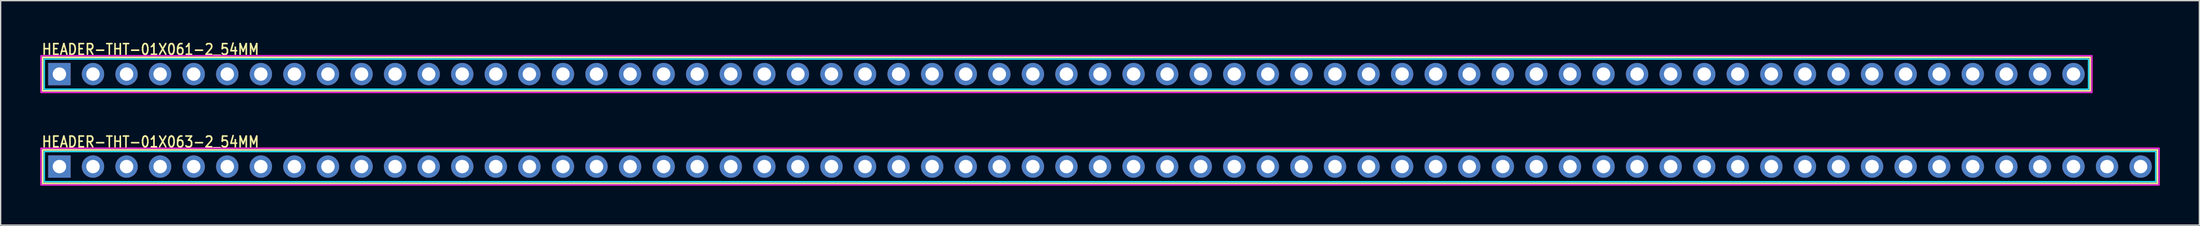
<source format=kicad_pcb>
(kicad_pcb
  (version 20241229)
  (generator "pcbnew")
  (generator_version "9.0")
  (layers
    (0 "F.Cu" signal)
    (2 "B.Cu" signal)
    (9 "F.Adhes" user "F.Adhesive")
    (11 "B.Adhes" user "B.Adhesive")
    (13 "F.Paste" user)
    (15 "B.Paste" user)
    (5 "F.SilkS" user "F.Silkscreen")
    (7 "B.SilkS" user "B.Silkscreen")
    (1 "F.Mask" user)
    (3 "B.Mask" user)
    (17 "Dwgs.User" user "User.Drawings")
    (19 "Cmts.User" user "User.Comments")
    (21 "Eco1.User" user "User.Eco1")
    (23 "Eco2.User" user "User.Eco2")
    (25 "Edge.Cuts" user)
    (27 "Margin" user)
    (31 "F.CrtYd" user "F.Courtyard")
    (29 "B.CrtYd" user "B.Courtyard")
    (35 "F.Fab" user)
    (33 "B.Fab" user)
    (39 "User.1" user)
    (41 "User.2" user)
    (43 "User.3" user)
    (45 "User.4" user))
  (footprint "HEADER-THT-01X061-2_54MM"
    (layer "F.Cu")
    (at 1.447 2.579)
    (property "Reference" "HEADER-THT-01X061-2_54MM" (at -1.4 -1.4 0) (unlocked yes) (layer "F.SilkS") (effects (font (size 0.813 0.695) (thickness 0.122)) (justify left bottom)))
    (fp_line (start -1.27 -1.27) (end -1.27 1.27) (stroke (width 0.127) (type solid)) (layer "F.SilkS"))
    (fp_line (start -1.27 1.27) (end 153.67 1.27) (stroke (width 0.127) (type solid)) (layer "F.SilkS"))
    (fp_line (start 153.67 -1.27) (end -1.27 -1.27) (stroke (width 0.127) (type solid)) (layer "F.SilkS"))
    (fp_line (start 153.67 1.27) (end 153.67 -1.27) (stroke (width 0.127) (type solid)) (layer "F.SilkS"))
    (fp_poly (pts (xy -1.143 -1.143) (xy 153.543 -1.143) (xy 153.543 1.143) (xy -1.143 1.143)) (stroke (width 0.1) (type solid)) (fill no) (layer "B.CrtYd"))
    (fp_poly (pts (xy -1.397 -1.397) (xy 153.797 -1.397) (xy 153.797 1.397) (xy -1.397 1.397)) (stroke (width 0.1) (type solid)) (fill no) (layer "F.CrtYd"))
    (pad "P$1" thru_hole rect (at 0 0) (size 1.693 1.693) (drill 1.016) (layers "*.Cu" "*.Mask"))
    (pad "P$2" thru_hole oval (at 2.54 0) (size 1.693 1.693) (drill 1.016) (layers "*.Cu" "*.Mask"))
    (pad "P$3" thru_hole oval (at 5.08 0) (size 1.693 1.693) (drill 1.016) (layers "*.Cu" "*.Mask"))
    (pad "P$4" thru_hole oval (at 7.62 0) (size 1.693 1.693) (drill 1.016) (layers "*.Cu" "*.Mask"))
    (pad "P$5" thru_hole oval (at 10.16 0) (size 1.693 1.693) (drill 1.016) (layers "*.Cu" "*.Mask"))
    (pad "P$6" thru_hole oval (at 12.7 0) (size 1.693 1.693) (drill 1.016) (layers "*.Cu" "*.Mask"))
    (pad "P$7" thru_hole oval (at 15.24 0) (size 1.693 1.693) (drill 1.016) (layers "*.Cu" "*.Mask"))
    (pad "P$8" thru_hole oval (at 17.78 0) (size 1.693 1.693) (drill 1.016) (layers "*.Cu" "*.Mask"))
    (pad "P$9" thru_hole oval (at 20.32 0) (size 1.693 1.693) (drill 1.016) (layers "*.Cu" "*.Mask"))
    (pad "P$10" thru_hole oval (at 22.86 0) (size 1.693 1.693) (drill 1.016) (layers "*.Cu" "*.Mask"))
    (pad "P$11" thru_hole oval (at 25.4 0) (size 1.693 1.693) (drill 1.016) (layers "*.Cu" "*.Mask"))
    (pad "P$12" thru_hole oval (at 27.94 0) (size 1.693 1.693) (drill 1.016) (layers "*.Cu" "*.Mask"))
    (pad "P$13" thru_hole oval (at 30.48 0) (size 1.693 1.693) (drill 1.016) (layers "*.Cu" "*.Mask"))
    (pad "P$14" thru_hole oval (at 33.02 0) (size 1.693 1.693) (drill 1.016) (layers "*.Cu" "*.Mask"))
    (pad "P$15" thru_hole oval (at 35.56 0) (size 1.693 1.693) (drill 1.016) (layers "*.Cu" "*.Mask"))
    (pad "P$16" thru_hole oval (at 38.1 0) (size 1.693 1.693) (drill 1.016) (layers "*.Cu" "*.Mask"))
    (pad "P$17" thru_hole oval (at 40.64 0) (size 1.693 1.693) (drill 1.016) (layers "*.Cu" "*.Mask"))
    (pad "P$18" thru_hole oval (at 43.18 0) (size 1.693 1.693) (drill 1.016) (layers "*.Cu" "*.Mask"))
    (pad "P$19" thru_hole oval (at 45.72 0) (size 1.693 1.693) (drill 1.016) (layers "*.Cu" "*.Mask"))
    (pad "P$20" thru_hole oval (at 48.26 0) (size 1.693 1.693) (drill 1.016) (layers "*.Cu" "*.Mask"))
    (pad "P$21" thru_hole oval (at 50.8 0) (size 1.693 1.693) (drill 1.016) (layers "*.Cu" "*.Mask"))
    (pad "P$22" thru_hole oval (at 53.34 0) (size 1.693 1.693) (drill 1.016) (layers "*.Cu" "*.Mask"))
    (pad "P$23" thru_hole oval (at 55.88 0) (size 1.693 1.693) (drill 1.016) (layers "*.Cu" "*.Mask"))
    (pad "P$24" thru_hole oval (at 58.42 0) (size 1.693 1.693) (drill 1.016) (layers "*.Cu" "*.Mask"))
    (pad "P$25" thru_hole oval (at 60.96 0) (size 1.693 1.693) (drill 1.016) (layers "*.Cu" "*.Mask"))
    (pad "P$26" thru_hole oval (at 63.5 0) (size 1.693 1.693) (drill 1.016) (layers "*.Cu" "*.Mask"))
    (pad "P$27" thru_hole oval (at 66.04 0) (size 1.693 1.693) (drill 1.016) (layers "*.Cu" "*.Mask"))
    (pad "P$28" thru_hole oval (at 68.58 0) (size 1.693 1.693) (drill 1.016) (layers "*.Cu" "*.Mask"))
    (pad "P$29" thru_hole oval (at 71.12 0) (size 1.693 1.693) (drill 1.016) (layers "*.Cu" "*.Mask"))
    (pad "P$30" thru_hole oval (at 73.66 0) (size 1.693 1.693) (drill 1.016) (layers "*.Cu" "*.Mask"))
    (pad "P$31" thru_hole oval (at 76.2 0) (size 1.693 1.693) (drill 1.016) (layers "*.Cu" "*.Mask"))
    (pad "P$32" thru_hole oval (at 78.74 0) (size 1.693 1.693) (drill 1.016) (layers "*.Cu" "*.Mask"))
    (pad "P$33" thru_hole oval (at 81.28 0) (size 1.693 1.693) (drill 1.016) (layers "*.Cu" "*.Mask"))
    (pad "P$34" thru_hole oval (at 83.82 0) (size 1.693 1.693) (drill 1.016) (layers "*.Cu" "*.Mask"))
    (pad "P$35" thru_hole oval (at 86.36 0) (size 1.693 1.693) (drill 1.016) (layers "*.Cu" "*.Mask"))
    (pad "P$36" thru_hole oval (at 88.9 0) (size 1.693 1.693) (drill 1.016) (layers "*.Cu" "*.Mask"))
    (pad "P$37" thru_hole oval (at 91.44 0) (size 1.693 1.693) (drill 1.016) (layers "*.Cu" "*.Mask"))
    (pad "P$38" thru_hole oval (at 93.98 0) (size 1.693 1.693) (drill 1.016) (layers "*.Cu" "*.Mask"))
    (pad "P$39" thru_hole oval (at 96.52 0) (size 1.693 1.693) (drill 1.016) (layers "*.Cu" "*.Mask"))
    (pad "P$40" thru_hole oval (at 99.06 0) (size 1.693 1.693) (drill 1.016) (layers "*.Cu" "*.Mask"))
    (pad "P$41" thru_hole oval (at 101.6 0) (size 1.693 1.693) (drill 1.016) (layers "*.Cu" "*.Mask"))
    (pad "P$42" thru_hole oval (at 104.14 0) (size 1.693 1.693) (drill 1.016) (layers "*.Cu" "*.Mask"))
    (pad "P$43" thru_hole oval (at 106.68 0) (size 1.693 1.693) (drill 1.016) (layers "*.Cu" "*.Mask"))
    (pad "P$44" thru_hole oval (at 109.22 0) (size 1.693 1.693) (drill 1.016) (layers "*.Cu" "*.Mask"))
    (pad "P$45" thru_hole oval (at 111.76 0) (size 1.693 1.693) (drill 1.016) (layers "*.Cu" "*.Mask"))
    (pad "P$46" thru_hole oval (at 114.3 0) (size 1.693 1.693) (drill 1.016) (layers "*.Cu" "*.Mask"))
    (pad "P$47" thru_hole oval (at 116.84 0) (size 1.693 1.693) (drill 1.016) (layers "*.Cu" "*.Mask"))
    (pad "P$48" thru_hole oval (at 119.38 0) (size 1.693 1.693) (drill 1.016) (layers "*.Cu" "*.Mask"))
    (pad "P$49" thru_hole oval (at 121.92 0) (size 1.693 1.693) (drill 1.016) (layers "*.Cu" "*.Mask"))
    (pad "P$50" thru_hole oval (at 124.46 0) (size 1.693 1.693) (drill 1.016) (layers "*.Cu" "*.Mask"))
    (pad "P$51" thru_hole oval (at 127 0) (size 1.693 1.693) (drill 1.016) (layers "*.Cu" "*.Mask"))
    (pad "P$52" thru_hole oval (at 129.54 0) (size 1.693 1.693) (drill 1.016) (layers "*.Cu" "*.Mask"))
    (pad "P$53" thru_hole oval (at 132.08 0) (size 1.693 1.693) (drill 1.016) (layers "*.Cu" "*.Mask"))
    (pad "P$54" thru_hole oval (at 134.62 0) (size 1.693 1.693) (drill 1.016) (layers "*.Cu" "*.Mask"))
    (pad "P$55" thru_hole oval (at 137.16 0) (size 1.693 1.693) (drill 1.016) (layers "*.Cu" "*.Mask"))
    (pad "P$56" thru_hole oval (at 139.7 0) (size 1.693 1.693) (drill 1.016) (layers "*.Cu" "*.Mask"))
    (pad "P$57" thru_hole oval (at 142.24 0) (size 1.693 1.693) (drill 1.016) (layers "*.Cu" "*.Mask"))
    (pad "P$58" thru_hole oval (at 144.78 0) (size 1.693 1.693) (drill 1.016) (layers "*.Cu" "*.Mask"))
    (pad "P$59" thru_hole oval (at 147.32 0) (size 1.693 1.693) (drill 1.016) (layers "*.Cu" "*.Mask"))
    (pad "P$60" thru_hole oval (at 149.86 0) (size 1.693 1.693) (drill 1.016) (layers "*.Cu" "*.Mask"))
    (pad "P$61" thru_hole oval (at 152.4 0) (size 1.693 1.693) (drill 1.016) (layers "*.Cu" "*.Mask")))
  (footprint "HEADER-THT-01X063-2_54MM"
    (layer "F.Cu")
    (at 1.447 9.604)
    (property "Reference" "HEADER-THT-01X063-2_54MM" (at -1.4 -1.4 0) (unlocked yes) (layer "F.SilkS") (effects (font (size 0.813 0.695) (thickness 0.122)) (justify left bottom)))
    (fp_line (start -1.27 -1.27) (end -1.27 1.27) (stroke (width 0.127) (type solid)) (layer "F.SilkS"))
    (fp_line (start -1.27 1.27) (end 158.75 1.27) (stroke (width 0.127) (type solid)) (layer "F.SilkS"))
    (fp_line (start 158.75 -1.27) (end -1.27 -1.27) (stroke (width 0.127) (type solid)) (layer "F.SilkS"))
    (fp_line (start 158.75 1.27) (end 158.75 -1.27) (stroke (width 0.127) (type solid)) (layer "F.SilkS"))
    (fp_poly (pts (xy -1.143 -1.143) (xy 158.623 -1.143) (xy 158.623 1.143) (xy -1.143 1.143)) (stroke (width 0.1) (type solid)) (fill no) (layer "B.CrtYd"))
    (fp_poly (pts (xy -1.397 -1.397) (xy 158.877 -1.397) (xy 158.877 1.397) (xy -1.397 1.397)) (stroke (width 0.1) (type solid)) (fill no) (layer "F.CrtYd"))
    (pad "P$1" thru_hole rect (at 0 0) (size 1.693 1.693) (drill 1.016) (layers "*.Cu" "*.Mask"))
    (pad "P$2" thru_hole oval (at 2.54 0) (size 1.693 1.693) (drill 1.016) (layers "*.Cu" "*.Mask"))
    (pad "P$3" thru_hole oval (at 5.08 0) (size 1.693 1.693) (drill 1.016) (layers "*.Cu" "*.Mask"))
    (pad "P$4" thru_hole oval (at 7.62 0) (size 1.693 1.693) (drill 1.016) (layers "*.Cu" "*.Mask"))
    (pad "P$5" thru_hole oval (at 10.16 0) (size 1.693 1.693) (drill 1.016) (layers "*.Cu" "*.Mask"))
    (pad "P$6" thru_hole oval (at 12.7 0) (size 1.693 1.693) (drill 1.016) (layers "*.Cu" "*.Mask"))
    (pad "P$7" thru_hole oval (at 15.24 0) (size 1.693 1.693) (drill 1.016) (layers "*.Cu" "*.Mask"))
    (pad "P$8" thru_hole oval (at 17.78 0) (size 1.693 1.693) (drill 1.016) (layers "*.Cu" "*.Mask"))
    (pad "P$9" thru_hole oval (at 20.32 0) (size 1.693 1.693) (drill 1.016) (layers "*.Cu" "*.Mask"))
    (pad "P$10" thru_hole oval (at 22.86 0) (size 1.693 1.693) (drill 1.016) (layers "*.Cu" "*.Mask"))
    (pad "P$11" thru_hole oval (at 25.4 0) (size 1.693 1.693) (drill 1.016) (layers "*.Cu" "*.Mask"))
    (pad "P$12" thru_hole oval (at 27.94 0) (size 1.693 1.693) (drill 1.016) (layers "*.Cu" "*.Mask"))
    (pad "P$13" thru_hole oval (at 30.48 0) (size 1.693 1.693) (drill 1.016) (layers "*.Cu" "*.Mask"))
    (pad "P$14" thru_hole oval (at 33.02 0) (size 1.693 1.693) (drill 1.016) (layers "*.Cu" "*.Mask"))
    (pad "P$15" thru_hole oval (at 35.56 0) (size 1.693 1.693) (drill 1.016) (layers "*.Cu" "*.Mask"))
    (pad "P$16" thru_hole oval (at 38.1 0) (size 1.693 1.693) (drill 1.016) (layers "*.Cu" "*.Mask"))
    (pad "P$17" thru_hole oval (at 40.64 0) (size 1.693 1.693) (drill 1.016) (layers "*.Cu" "*.Mask"))
    (pad "P$18" thru_hole oval (at 43.18 0) (size 1.693 1.693) (drill 1.016) (layers "*.Cu" "*.Mask"))
    (pad "P$19" thru_hole oval (at 45.72 0) (size 1.693 1.693) (drill 1.016) (layers "*.Cu" "*.Mask"))
    (pad "P$20" thru_hole oval (at 48.26 0) (size 1.693 1.693) (drill 1.016) (layers "*.Cu" "*.Mask"))
    (pad "P$21" thru_hole oval (at 50.8 0) (size 1.693 1.693) (drill 1.016) (layers "*.Cu" "*.Mask"))
    (pad "P$22" thru_hole oval (at 53.34 0) (size 1.693 1.693) (drill 1.016) (layers "*.Cu" "*.Mask"))
    (pad "P$23" thru_hole oval (at 55.88 0) (size 1.693 1.693) (drill 1.016) (layers "*.Cu" "*.Mask"))
    (pad "P$24" thru_hole oval (at 58.42 0) (size 1.693 1.693) (drill 1.016) (layers "*.Cu" "*.Mask"))
    (pad "P$25" thru_hole oval (at 60.96 0) (size 1.693 1.693) (drill 1.016) (layers "*.Cu" "*.Mask"))
    (pad "P$26" thru_hole oval (at 63.5 0) (size 1.693 1.693) (drill 1.016) (layers "*.Cu" "*.Mask"))
    (pad "P$27" thru_hole oval (at 66.04 0) (size 1.693 1.693) (drill 1.016) (layers "*.Cu" "*.Mask"))
    (pad "P$28" thru_hole oval (at 68.58 0) (size 1.693 1.693) (drill 1.016) (layers "*.Cu" "*.Mask"))
    (pad "P$29" thru_hole oval (at 71.12 0) (size 1.693 1.693) (drill 1.016) (layers "*.Cu" "*.Mask"))
    (pad "P$30" thru_hole oval (at 73.66 0) (size 1.693 1.693) (drill 1.016) (layers "*.Cu" "*.Mask"))
    (pad "P$31" thru_hole oval (at 76.2 0) (size 1.693 1.693) (drill 1.016) (layers "*.Cu" "*.Mask"))
    (pad "P$32" thru_hole oval (at 78.74 0) (size 1.693 1.693) (drill 1.016) (layers "*.Cu" "*.Mask"))
    (pad "P$33" thru_hole oval (at 81.28 0) (size 1.693 1.693) (drill 1.016) (layers "*.Cu" "*.Mask"))
    (pad "P$34" thru_hole oval (at 83.82 0) (size 1.693 1.693) (drill 1.016) (layers "*.Cu" "*.Mask"))
    (pad "P$35" thru_hole oval (at 86.36 0) (size 1.693 1.693) (drill 1.016) (layers "*.Cu" "*.Mask"))
    (pad "P$36" thru_hole oval (at 88.9 0) (size 1.693 1.693) (drill 1.016) (layers "*.Cu" "*.Mask"))
    (pad "P$37" thru_hole oval (at 91.44 0) (size 1.693 1.693) (drill 1.016) (layers "*.Cu" "*.Mask"))
    (pad "P$38" thru_hole oval (at 93.98 0) (size 1.693 1.693) (drill 1.016) (layers "*.Cu" "*.Mask"))
    (pad "P$39" thru_hole oval (at 96.52 0) (size 1.693 1.693) (drill 1.016) (layers "*.Cu" "*.Mask"))
    (pad "P$40" thru_hole oval (at 99.06 0) (size 1.693 1.693) (drill 1.016) (layers "*.Cu" "*.Mask"))
    (pad "P$41" thru_hole oval (at 101.6 0) (size 1.693 1.693) (drill 1.016) (layers "*.Cu" "*.Mask"))
    (pad "P$42" thru_hole oval (at 104.14 0) (size 1.693 1.693) (drill 1.016) (layers "*.Cu" "*.Mask"))
    (pad "P$43" thru_hole oval (at 106.68 0) (size 1.693 1.693) (drill 1.016) (layers "*.Cu" "*.Mask"))
    (pad "P$44" thru_hole oval (at 109.22 0) (size 1.693 1.693) (drill 1.016) (layers "*.Cu" "*.Mask"))
    (pad "P$45" thru_hole oval (at 111.76 0) (size 1.693 1.693) (drill 1.016) (layers "*.Cu" "*.Mask"))
    (pad "P$46" thru_hole oval (at 114.3 0) (size 1.693 1.693) (drill 1.016) (layers "*.Cu" "*.Mask"))
    (pad "P$47" thru_hole oval (at 116.84 0) (size 1.693 1.693) (drill 1.016) (layers "*.Cu" "*.Mask"))
    (pad "P$48" thru_hole oval (at 119.38 0) (size 1.693 1.693) (drill 1.016) (layers "*.Cu" "*.Mask"))
    (pad "P$49" thru_hole oval (at 121.92 0) (size 1.693 1.693) (drill 1.016) (layers "*.Cu" "*.Mask"))
    (pad "P$50" thru_hole oval (at 124.46 0) (size 1.693 1.693) (drill 1.016) (layers "*.Cu" "*.Mask"))
    (pad "P$51" thru_hole oval (at 127 0) (size 1.693 1.693) (drill 1.016) (layers "*.Cu" "*.Mask"))
    (pad "P$52" thru_hole oval (at 129.54 0) (size 1.693 1.693) (drill 1.016) (layers "*.Cu" "*.Mask"))
    (pad "P$53" thru_hole oval (at 132.08 0) (size 1.693 1.693) (drill 1.016) (layers "*.Cu" "*.Mask"))
    (pad "P$54" thru_hole oval (at 134.62 0) (size 1.693 1.693) (drill 1.016) (layers "*.Cu" "*.Mask"))
    (pad "P$55" thru_hole oval (at 137.16 0) (size 1.693 1.693) (drill 1.016) (layers "*.Cu" "*.Mask"))
    (pad "P$56" thru_hole oval (at 139.7 0) (size 1.693 1.693) (drill 1.016) (layers "*.Cu" "*.Mask"))
    (pad "P$57" thru_hole oval (at 142.24 0) (size 1.693 1.693) (drill 1.016) (layers "*.Cu" "*.Mask"))
    (pad "P$58" thru_hole oval (at 144.78 0) (size 1.693 1.693) (drill 1.016) (layers "*.Cu" "*.Mask"))
    (pad "P$59" thru_hole oval (at 147.32 0) (size 1.693 1.693) (drill 1.016) (layers "*.Cu" "*.Mask"))
    (pad "P$60" thru_hole oval (at 149.86 0) (size 1.693 1.693) (drill 1.016) (layers "*.Cu" "*.Mask"))
    (pad "P$61" thru_hole oval (at 152.4 0) (size 1.693 1.693) (drill 1.016) (layers "*.Cu" "*.Mask"))
    (pad "P$62" thru_hole oval (at 154.94 0) (size 1.693 1.693) (drill 1.016) (layers "*.Cu" "*.Mask"))
    (pad "P$63" thru_hole oval (at 157.48 0) (size 1.693 1.693) (drill 1.016) (layers "*.Cu" "*.Mask")))
  (gr_rect
    (start -3 -3)
    (end 163.374 14.051)
    (stroke (width 0.1) (type default))
    (fill no)
    (layer "Edge.Cuts")))
</source>
